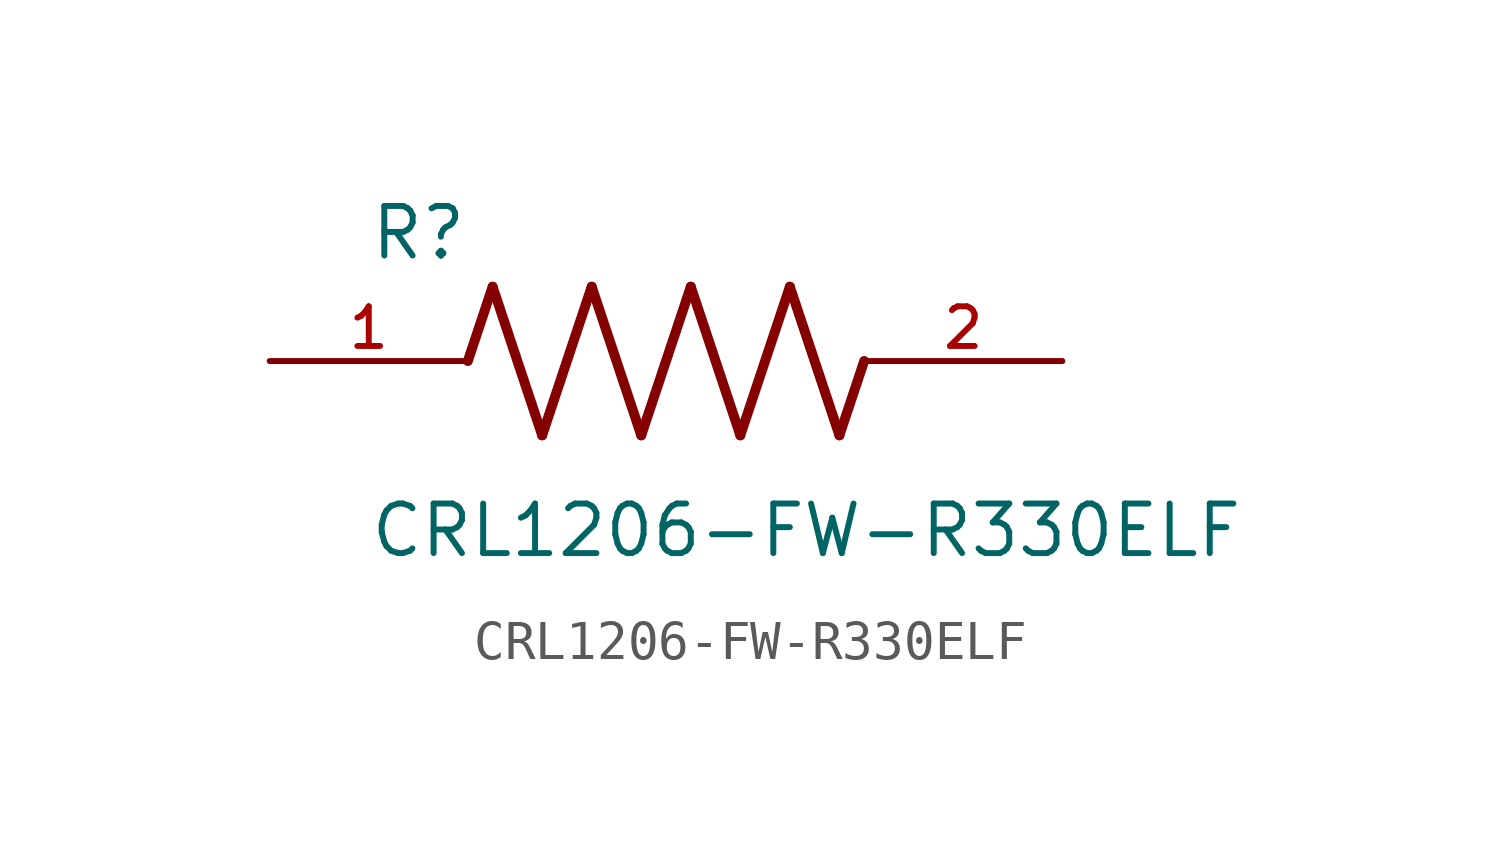
<source format=kicad_sym>
(kicad_symbol_lib
  (version 20211014)
  (generator kicad_symbol_editor)
  (symbol "CRL1206-FW-R330ELF"
    (pin_names
      (offset 1.016))
    (property "Reference" "R"
      (at -7.624 2.541 0)
      (effects (font (size 1.27 1.27)) (justify bottom left)))
    (property "Value" "CRL1206-FW-R330ELF"
      (at -7.63 -5.087 0)
      (effects (font (size 1.27 1.27)) (justify bottom left)))
    (symbol "CRL1206-FW-R330ELF_0_0"
      (polyline (pts (xy -5.08 0.0) (xy -4.445 1.905)) (stroke (width 0.254)))
      (polyline (pts (xy -4.445 1.905) (xy -3.175 -1.905)) (stroke (width 0.254)))
      (polyline (pts (xy -3.175 -1.905) (xy -1.905 1.905)) (stroke (width 0.254)))
      (polyline (pts (xy -1.905 1.905) (xy -0.635 -1.905)) (stroke (width 0.254)))
      (polyline (pts (xy -0.635 -1.905) (xy 0.635 1.905)) (stroke (width 0.254)))
      (polyline (pts (xy 0.635 1.905) (xy 1.905 -1.905)) (stroke (width 0.254)))
      (polyline (pts (xy 1.905 -1.905) (xy 3.175 1.905)) (stroke (width 0.254)))
      (polyline (pts (xy 3.175 1.905) (xy 4.445 -1.905)) (stroke (width 0.254)))
      (polyline (pts (xy 4.445 -1.905) (xy 5.08 0.0)) (stroke (width 0.254)))
      (pin passive line (at -10.16 0.0 0) (length 5.08) (name "~" (effects (font (size 1.016 1.016)))) (number "1" (effects (font (size 1.016 1.016)))))
      (pin passive line (at 10.16 0.0 180.0) (length 5.08) (name "~" (effects (font (size 1.016 1.016)))) (number "2" (effects (font (size 1.016 1.016))))))))
</source>
